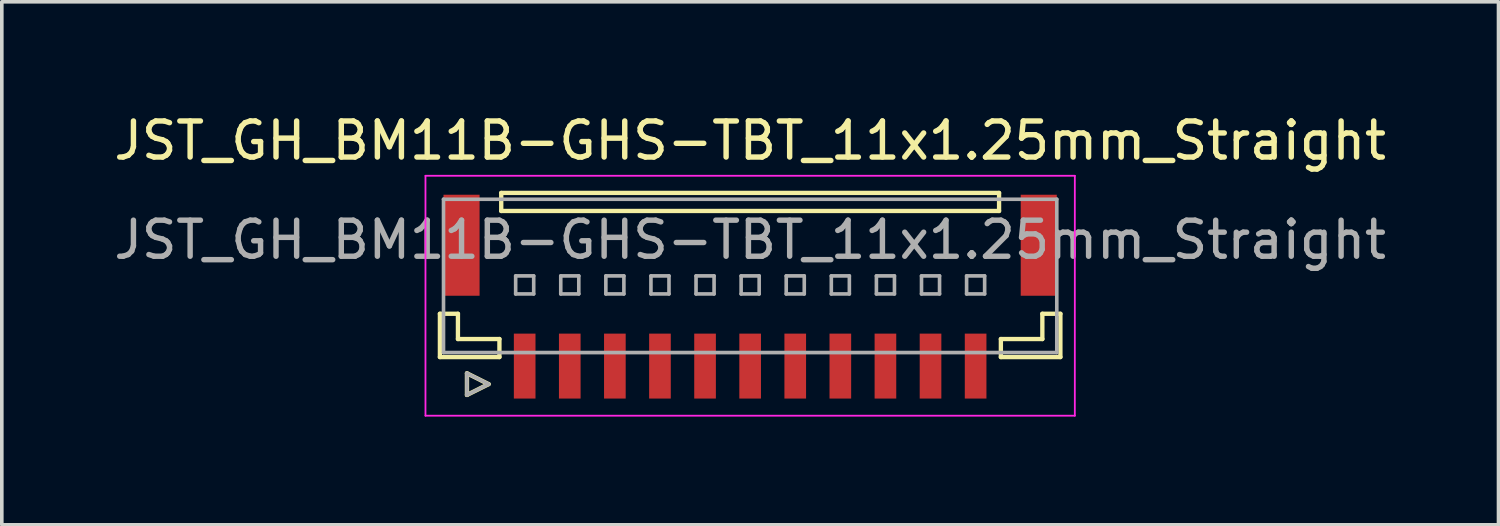
<source format=kicad_pcb>
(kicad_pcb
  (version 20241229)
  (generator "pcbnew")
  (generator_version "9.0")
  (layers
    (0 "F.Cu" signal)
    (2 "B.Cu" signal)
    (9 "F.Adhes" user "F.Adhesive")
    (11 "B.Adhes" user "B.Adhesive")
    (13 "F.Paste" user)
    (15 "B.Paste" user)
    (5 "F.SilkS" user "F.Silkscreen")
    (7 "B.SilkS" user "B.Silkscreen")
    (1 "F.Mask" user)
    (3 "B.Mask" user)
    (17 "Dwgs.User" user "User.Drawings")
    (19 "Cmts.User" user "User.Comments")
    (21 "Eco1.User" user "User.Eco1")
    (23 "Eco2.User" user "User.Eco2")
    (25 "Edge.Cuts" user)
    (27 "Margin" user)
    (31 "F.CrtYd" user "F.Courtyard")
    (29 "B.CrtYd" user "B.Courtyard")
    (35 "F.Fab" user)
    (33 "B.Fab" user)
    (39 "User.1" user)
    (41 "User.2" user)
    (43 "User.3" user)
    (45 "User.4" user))
  (footprint "JST_GH_BM11B-GHS-TBT_11x1.25mm_Straight"
    (layer "F.Cu")
    (at 17.744 5.423)
    (property "Reference" "JST_GH_BM11B-GHS-TBT_11x1.25mm_Straight" (at 0 -4.575 0) (layer "F.SilkS") (effects (font (size 1 1) (thickness 0.15))))
    (attr smd)
    (fp_line (start -8.6 0.225) (end -8.6 1.425) (stroke (width 0.12) (type solid)) (layer "F.SilkS"))
    (fp_line (start -8.6 1.425) (end -6.95 1.425) (stroke (width 0.12) (type solid)) (layer "F.SilkS"))
    (fp_line (start -8.1 0.225) (end -8.6 0.225) (stroke (width 0.12) (type solid)) (layer "F.SilkS"))
    (fp_line (start -8.1 0.925) (end -8.1 0.225) (stroke (width 0.12) (type solid)) (layer "F.SilkS"))
    (fp_line (start -7.85 1.875) (end -7.25 2.175) (stroke (width 0.12) (type solid)) (layer "F.SilkS"))
    (fp_line (start -7.85 2.475) (end -7.85 1.875) (stroke (width 0.12) (type solid)) (layer "F.SilkS"))
    (fp_line (start -7.25 2.175) (end -7.85 2.475) (stroke (width 0.12) (type solid)) (layer "F.SilkS"))
    (fp_line (start -6.95 0.925) (end -8.1 0.925) (stroke (width 0.12) (type solid)) (layer "F.SilkS"))
    (fp_line (start -6.95 1.425) (end -6.95 0.925) (stroke (width 0.12) (type solid)) (layer "F.SilkS"))
    (fp_line (start -6.9 -3.125) (end 6.9 -3.125) (stroke (width 0.12) (type solid)) (layer "F.SilkS"))
    (fp_line (start -6.9 -2.625) (end -6.9 -3.125) (stroke (width 0.12) (type solid)) (layer "F.SilkS"))
    (fp_line (start 6.9 -3.125) (end 6.9 -2.625) (stroke (width 0.12) (type solid)) (layer "F.SilkS"))
    (fp_line (start 6.9 -2.625) (end -6.9 -2.625) (stroke (width 0.12) (type solid)) (layer "F.SilkS"))
    (fp_line (start 6.95 0.925) (end 8.1 0.925) (stroke (width 0.12) (type solid)) (layer "F.SilkS"))
    (fp_line (start 6.95 1.425) (end 6.95 0.925) (stroke (width 0.12) (type solid)) (layer "F.SilkS"))
    (fp_line (start 8.1 0.225) (end 8.6 0.225) (stroke (width 0.12) (type solid)) (layer "F.SilkS"))
    (fp_line (start 8.1 0.925) (end 8.1 0.225) (stroke (width 0.12) (type solid)) (layer "F.SilkS"))
    (fp_line (start 8.6 0.225) (end 8.6 1.425) (stroke (width 0.12) (type solid)) (layer "F.SilkS"))
    (fp_line (start 8.6 1.425) (end 6.95 1.425) (stroke (width 0.12) (type solid)) (layer "F.SilkS"))
    (fp_line (start -9 -3.6) (end 9 -3.6) (stroke (width 0.05) (type solid)) (layer "F.CrtYd"))
    (fp_line (start -9 3.05) (end -9 -3.6) (stroke (width 0.05) (type solid)) (layer "F.CrtYd"))
    (fp_line (start 9 -3.6) (end 9 3.05) (stroke (width 0.05) (type solid)) (layer "F.CrtYd"))
    (fp_line (start 9 3.05) (end -9 3.05) (stroke (width 0.05) (type solid)) (layer "F.CrtYd"))
    (fp_line (start -8.5 -2.95) (end 8.5 -2.95) (stroke (width 0.1) (type solid)) (layer "F.Fab"))
    (fp_line (start -8.5 1.3) (end -8.5 -2.95) (stroke (width 0.1) (type solid)) (layer "F.Fab"))
    (fp_line (start -7.85 1.875) (end -7.25 2.175) (stroke (width 0.1) (type solid)) (layer "F.Fab"))
    (fp_line (start -7.85 2.475) (end -7.85 1.875) (stroke (width 0.1) (type solid)) (layer "F.Fab"))
    (fp_line (start -7.25 2.175) (end -7.85 2.475) (stroke (width 0.1) (type solid)) (layer "F.Fab"))
    (fp_line (start -6.5 -0.825) (end -6 -0.825) (stroke (width 0.1) (type solid)) (layer "F.Fab"))
    (fp_line (start -6.5 -0.325) (end -6.5 -0.825) (stroke (width 0.1) (type solid)) (layer "F.Fab"))
    (fp_line (start -6 -0.825) (end -6 -0.325) (stroke (width 0.1) (type solid)) (layer "F.Fab"))
    (fp_line (start -6 -0.325) (end -6.5 -0.325) (stroke (width 0.1) (type solid)) (layer "F.Fab"))
    (fp_line (start -5.25 -0.825) (end -4.75 -0.825) (stroke (width 0.1) (type solid)) (layer "F.Fab"))
    (fp_line (start -5.25 -0.325) (end -5.25 -0.825) (stroke (width 0.1) (type solid)) (layer "F.Fab"))
    (fp_line (start -4.75 -0.825) (end -4.75 -0.325) (stroke (width 0.1) (type solid)) (layer "F.Fab"))
    (fp_line (start -4.75 -0.325) (end -5.25 -0.325) (stroke (width 0.1) (type solid)) (layer "F.Fab"))
    (fp_line (start -4 -0.825) (end -3.5 -0.825) (stroke (width 0.1) (type solid)) (layer "F.Fab"))
    (fp_line (start -4 -0.325) (end -4 -0.825) (stroke (width 0.1) (type solid)) (layer "F.Fab"))
    (fp_line (start -3.5 -0.825) (end -3.5 -0.325) (stroke (width 0.1) (type solid)) (layer "F.Fab"))
    (fp_line (start -3.5 -0.325) (end -4 -0.325) (stroke (width 0.1) (type solid)) (layer "F.Fab"))
    (fp_line (start -2.75 -0.825) (end -2.25 -0.825) (stroke (width 0.1) (type solid)) (layer "F.Fab"))
    (fp_line (start -2.75 -0.325) (end -2.75 -0.825) (stroke (width 0.1) (type solid)) (layer "F.Fab"))
    (fp_line (start -2.25 -0.825) (end -2.25 -0.325) (stroke (width 0.1) (type solid)) (layer "F.Fab"))
    (fp_line (start -2.25 -0.325) (end -2.75 -0.325) (stroke (width 0.1) (type solid)) (layer "F.Fab"))
    (fp_line (start -1.5 -0.825) (end -1 -0.825) (stroke (width 0.1) (type solid)) (layer "F.Fab"))
    (fp_line (start -1.5 -0.325) (end -1.5 -0.825) (stroke (width 0.1) (type solid)) (layer "F.Fab"))
    (fp_line (start -1 -0.825) (end -1 -0.325) (stroke (width 0.1) (type solid)) (layer "F.Fab"))
    (fp_line (start -1 -0.325) (end -1.5 -0.325) (stroke (width 0.1) (type solid)) (layer "F.Fab"))
    (fp_line (start -0.25 -0.825) (end 0.25 -0.825) (stroke (width 0.1) (type solid)) (layer "F.Fab"))
    (fp_line (start -0.25 -0.325) (end -0.25 -0.825) (stroke (width 0.1) (type solid)) (layer "F.Fab"))
    (fp_line (start 0.25 -0.825) (end 0.25 -0.325) (stroke (width 0.1) (type solid)) (layer "F.Fab"))
    (fp_line (start 0.25 -0.325) (end -0.25 -0.325) (stroke (width 0.1) (type solid)) (layer "F.Fab"))
    (fp_line (start 1 -0.825) (end 1.5 -0.825) (stroke (width 0.1) (type solid)) (layer "F.Fab"))
    (fp_line (start 1 -0.325) (end 1 -0.825) (stroke (width 0.1) (type solid)) (layer "F.Fab"))
    (fp_line (start 1.5 -0.825) (end 1.5 -0.325) (stroke (width 0.1) (type solid)) (layer "F.Fab"))
    (fp_line (start 1.5 -0.325) (end 1 -0.325) (stroke (width 0.1) (type solid)) (layer "F.Fab"))
    (fp_line (start 2.25 -0.825) (end 2.75 -0.825) (stroke (width 0.1) (type solid)) (layer "F.Fab"))
    (fp_line (start 2.25 -0.325) (end 2.25 -0.825) (stroke (width 0.1) (type solid)) (layer "F.Fab"))
    (fp_line (start 2.75 -0.825) (end 2.75 -0.325) (stroke (width 0.1) (type solid)) (layer "F.Fab"))
    (fp_line (start 2.75 -0.325) (end 2.25 -0.325) (stroke (width 0.1) (type solid)) (layer "F.Fab"))
    (fp_line (start 3.5 -0.825) (end 4 -0.825) (stroke (width 0.1) (type solid)) (layer "F.Fab"))
    (fp_line (start 3.5 -0.325) (end 3.5 -0.825) (stroke (width 0.1) (type solid)) (layer "F.Fab"))
    (fp_line (start 4 -0.825) (end 4 -0.325) (stroke (width 0.1) (type solid)) (layer "F.Fab"))
    (fp_line (start 4 -0.325) (end 3.5 -0.325) (stroke (width 0.1) (type solid)) (layer "F.Fab"))
    (fp_line (start 4.75 -0.825) (end 5.25 -0.825) (stroke (width 0.1) (type solid)) (layer "F.Fab"))
    (fp_line (start 4.75 -0.325) (end 4.75 -0.825) (stroke (width 0.1) (type solid)) (layer "F.Fab"))
    (fp_line (start 5.25 -0.825) (end 5.25 -0.325) (stroke (width 0.1) (type solid)) (layer "F.Fab"))
    (fp_line (start 5.25 -0.325) (end 4.75 -0.325) (stroke (width 0.1) (type solid)) (layer "F.Fab"))
    (fp_line (start 6 -0.825) (end 6.5 -0.825) (stroke (width 0.1) (type solid)) (layer "F.Fab"))
    (fp_line (start 6 -0.325) (end 6 -0.825) (stroke (width 0.1) (type solid)) (layer "F.Fab"))
    (fp_line (start 6.5 -0.825) (end 6.5 -0.325) (stroke (width 0.1) (type solid)) (layer "F.Fab"))
    (fp_line (start 6.5 -0.325) (end 6 -0.325) (stroke (width 0.1) (type solid)) (layer "F.Fab"))
    (fp_line (start 8.5 -2.95) (end 8.5 1.3) (stroke (width 0.1) (type solid)) (layer "F.Fab"))
    (fp_line (start 8.5 1.3) (end -8.5 1.3) (stroke (width 0.1) (type solid)) (layer "F.Fab"))
    (fp_text user "${REFERENCE}" (at 0 -1.825 0) (layer "F.Fab") (effects (font (size 1 1) (thickness 0.15))))
    (pad "" smd rect (at -8 -1.675) (size 1 2.8) (layers "F.Cu" "F.Mask" "F.Paste"))
    (pad "" smd rect (at 8 -1.675) (size 1 2.8) (layers "F.Cu" "F.Mask" "F.Paste"))
    (pad "1" smd rect (at -6.25 1.675) (size 0.6 1.8) (layers "F.Cu" "F.Mask" "F.Paste"))
    (pad "2" smd rect (at -5 1.675) (size 0.6 1.8) (layers "F.Cu" "F.Mask" "F.Paste"))
    (pad "3" smd rect (at -3.75 1.675) (size 0.6 1.8) (layers "F.Cu" "F.Mask" "F.Paste"))
    (pad "4" smd rect (at -2.5 1.675) (size 0.6 1.8) (layers "F.Cu" "F.Mask" "F.Paste"))
    (pad "5" smd rect (at -1.25 1.675) (size 0.6 1.8) (layers "F.Cu" "F.Mask" "F.Paste"))
    (pad "6" smd rect (at 0 1.675) (size 0.6 1.8) (layers "F.Cu" "F.Mask" "F.Paste"))
    (pad "7" smd rect (at 1.25 1.675) (size 0.6 1.8) (layers "F.Cu" "F.Mask" "F.Paste"))
    (pad "8" smd rect (at 2.5 1.675) (size 0.6 1.8) (layers "F.Cu" "F.Mask" "F.Paste"))
    (pad "9" smd rect (at 3.75 1.675) (size 0.6 1.8) (layers "F.Cu" "F.Mask" "F.Paste"))
    (pad "10" smd rect (at 5 1.675) (size 0.6 1.8) (layers "F.Cu" "F.Mask" "F.Paste"))
    (pad "11" smd rect (at 6.25 1.675) (size 0.6 1.8) (layers "F.Cu" "F.Mask" "F.Paste")))
  (gr_rect
    (start -3 -3)
    (end 38.488 11.498)
    (stroke (width 0.1) (type default))
    (fill no)
    (layer "Edge.Cuts")))
</source>
